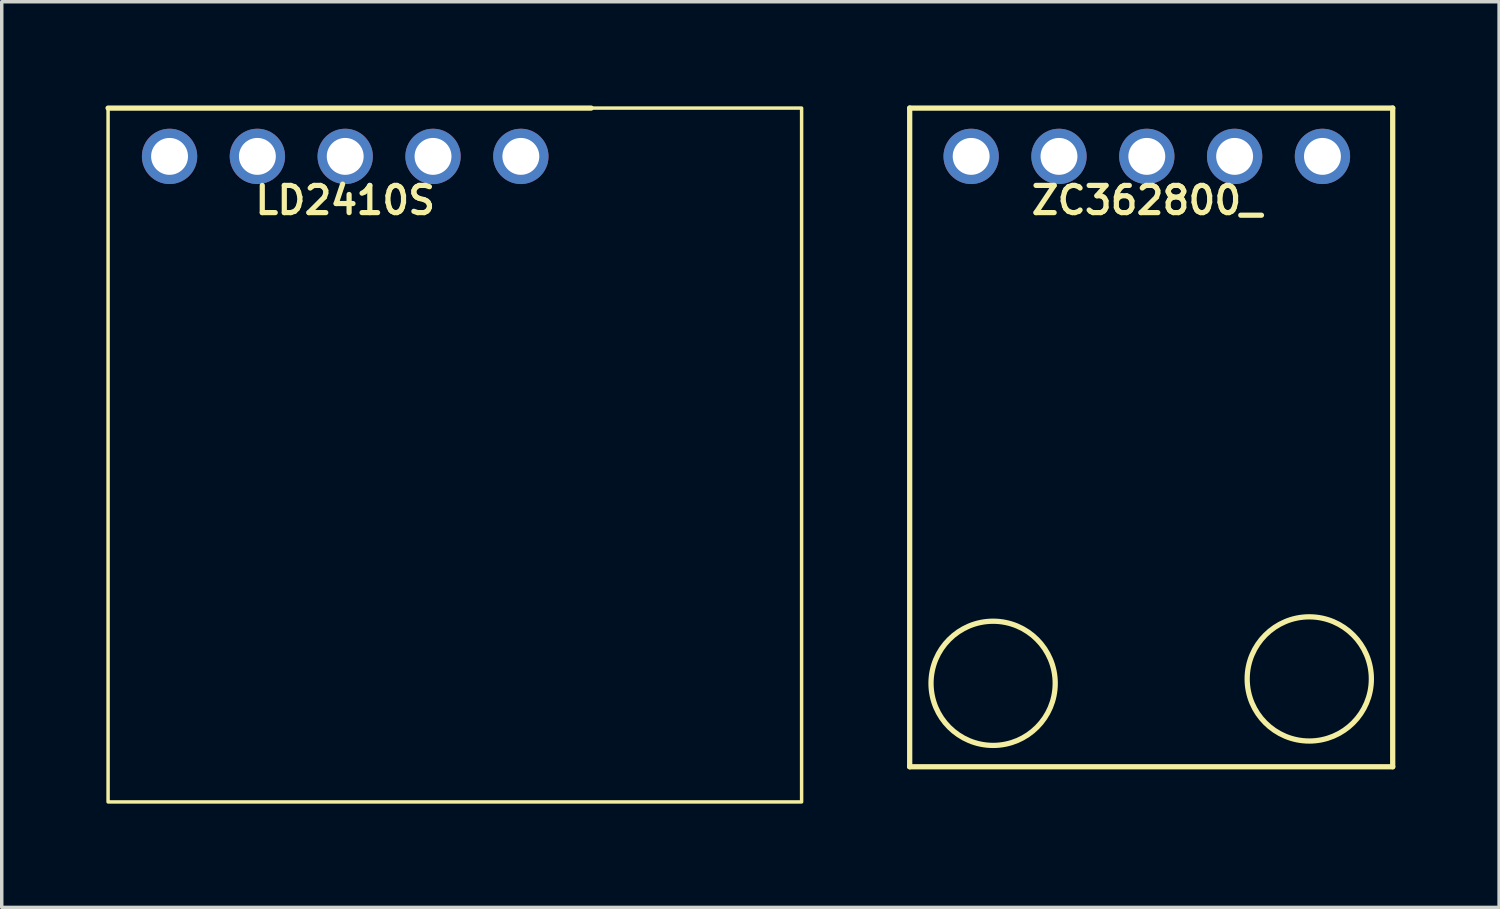
<source format=kicad_pcb>
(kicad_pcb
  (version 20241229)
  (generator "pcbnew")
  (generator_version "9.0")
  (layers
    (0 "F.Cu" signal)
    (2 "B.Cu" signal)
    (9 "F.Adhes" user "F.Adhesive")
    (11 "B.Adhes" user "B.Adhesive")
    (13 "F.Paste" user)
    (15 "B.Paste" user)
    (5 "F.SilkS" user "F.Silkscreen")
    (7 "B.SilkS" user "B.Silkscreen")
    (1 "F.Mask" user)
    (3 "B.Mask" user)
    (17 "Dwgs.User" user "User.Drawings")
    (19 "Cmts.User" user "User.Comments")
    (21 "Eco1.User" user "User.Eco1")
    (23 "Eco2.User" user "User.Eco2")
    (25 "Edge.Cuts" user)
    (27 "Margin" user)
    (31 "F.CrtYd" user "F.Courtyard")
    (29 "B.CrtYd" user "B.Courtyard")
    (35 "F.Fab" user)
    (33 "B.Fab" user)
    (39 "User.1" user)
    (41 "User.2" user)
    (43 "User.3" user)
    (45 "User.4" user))
  (footprint "ZC362800_"
    (layer "F.Cu")
    (at 30.118 2.743)
    (property "Reference" "ZC362800_" (at 0 0 0) (layer "F.SilkS") (effects (font (size 0.787 0.787) (thickness 0.15))))
    (attr through_hole)
    (fp_line (start -6.858 -2.667) (end 7.112 -2.667) (stroke (width 0.152) (type solid)) (layer "F.SilkS"))
    (fp_line (start -6.858 16.383) (end -6.858 -2.667) (stroke (width 0.152) (type solid)) (layer "F.SilkS"))
    (fp_line (start 7.112 -2.667) (end 7.112 16.383) (stroke (width 0.152) (type solid)) (layer "F.SilkS"))
    (fp_line (start 7.112 16.383) (end -6.858 16.383) (stroke (width 0.152) (type solid)) (layer "F.SilkS"))
    (fp_circle (center -4.445 13.97) (end -2.649 13.97) (stroke (width 0.152) (type solid)) (fill no) (layer "F.SilkS"))
    (fp_circle (center 4.699 13.843) (end 6.495 13.843) (stroke (width 0.152) (type solid)) (fill no) (layer "F.SilkS"))
    (pad "ADDR" thru_hole circle (at 5.08 -1.27) (size 1.6 1.6) (drill 1.067) (layers "*.Cu" "*.Mask"))
    (pad "GND" thru_hole circle (at -2.54 -1.27) (size 1.6 1.6) (drill 1.067) (layers "*.Cu" "*.Mask"))
    (pad "SCL" thru_hole circle (at 0 -1.27) (size 1.6 1.6) (drill 1.067) (layers "*.Cu" "*.Mask"))
    (pad "SDA" thru_hole circle (at 2.54 -1.27) (size 1.6 1.6) (drill 1.067) (layers "*.Cu" "*.Mask"))
    (pad "VCC" thru_hole circle (at -5.08 -1.27) (size 1.6 1.6) (drill 1.067) (layers "*.Cu" "*.Mask")))
  (footprint "LD2410S"
    (layer "F.Cu")
    (at 6.934 2.743)
    (property "Reference" "LD2410S" (at 0 0 0) (layer "F.SilkS") (effects (font (size 0.787 0.787) (thickness 0.15))))
    (attr through_hole)
    (fp_line (start -6.858 -2.667) (end 7.112 -2.667) (stroke (width 0.152) (type solid)) (layer "F.SilkS"))
    (fp_rect (start -6.858 -2.667) (end 13.2 17.4) (stroke (width 0.1) (type default)) (fill no) (layer "F.SilkS"))
    (pad "3V3" thru_hole circle (at -5.08 -1.27) (size 1.6 1.6) (drill 1.067) (layers "*.Cu" "F.Mask"))
    (pad "GND" thru_hole circle (at -2.54 -1.27) (size 1.6 1.6) (drill 1.067) (layers "*.Cu" "*.Mask"))
    (pad "OT2" thru_hole circle (at 5.08 -1.27) (size 1.6 1.6) (drill 1.067) (layers "*.Cu" "*.Mask"))
    (pad "RX" thru_hole circle (at 2.54 -1.27) (size 1.6 1.6) (drill 1.067) (layers "*.Cu" "*.Mask"))
    (pad "TX" thru_hole circle (at 0 -1.27) (size 1.6 1.6) (drill 1.067) (layers "*.Cu" "*.Mask")))
  (gr_rect
    (start -3 -3)
    (end 40.307 23.193)
    (stroke (width 0.1) (type default))
    (fill no)
    (layer "Edge.Cuts")))
</source>
